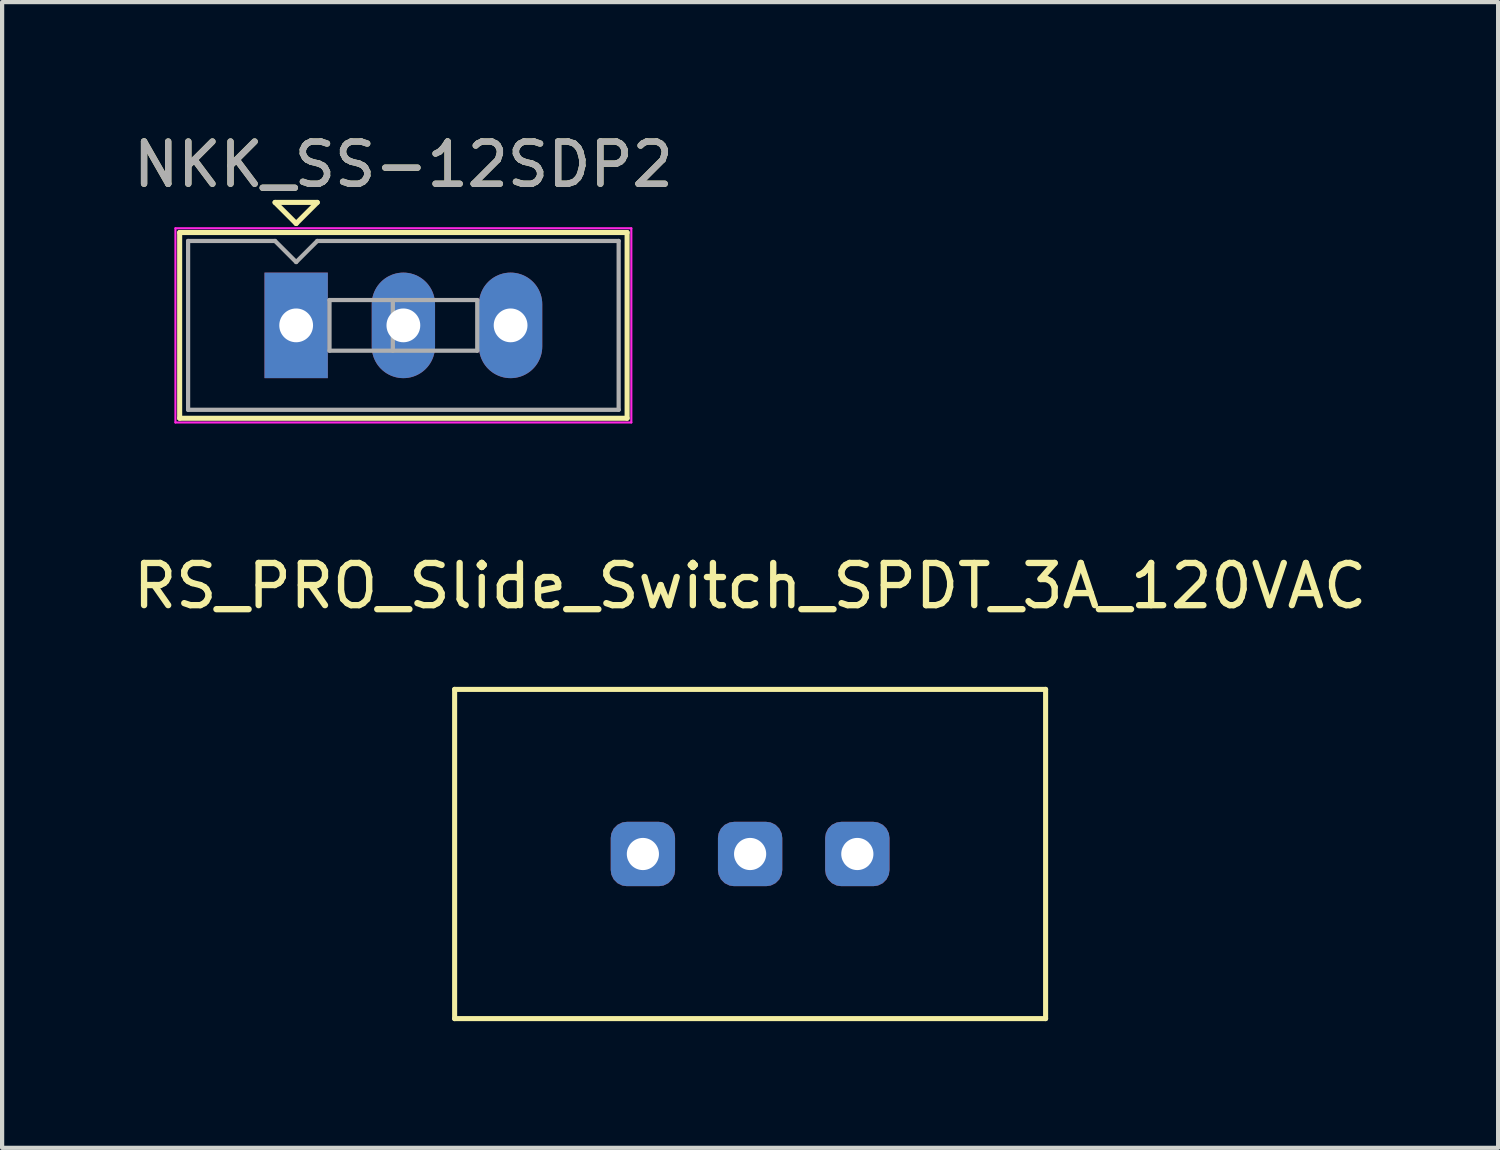
<source format=kicad_pcb>
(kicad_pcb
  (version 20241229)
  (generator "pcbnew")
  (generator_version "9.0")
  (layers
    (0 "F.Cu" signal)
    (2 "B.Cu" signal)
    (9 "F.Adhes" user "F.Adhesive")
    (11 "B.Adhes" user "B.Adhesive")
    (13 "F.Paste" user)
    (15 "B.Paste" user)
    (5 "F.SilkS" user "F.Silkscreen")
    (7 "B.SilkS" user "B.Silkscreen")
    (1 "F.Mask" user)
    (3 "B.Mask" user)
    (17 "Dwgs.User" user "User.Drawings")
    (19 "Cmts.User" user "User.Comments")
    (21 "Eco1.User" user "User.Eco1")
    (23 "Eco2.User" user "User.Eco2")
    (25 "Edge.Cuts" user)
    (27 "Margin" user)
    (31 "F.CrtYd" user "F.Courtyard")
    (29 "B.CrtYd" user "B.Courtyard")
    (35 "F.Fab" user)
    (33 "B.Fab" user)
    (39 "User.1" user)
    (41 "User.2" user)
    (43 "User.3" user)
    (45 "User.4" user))
  (footprint "RS_PRO_Slide_Switch_SPDT_3A_120VAC"
    (layer "F.Cu")
    (at 14.72 17.181)
    (property "Reference" "RS_PRO_Slide_Switch_SPDT_3A_120VAC" (at 0 -6.35 0) (unlocked yes) (layer "F.SilkS") (effects (font (size 1 1) (thickness 0.15))))
    (attr through_hole)
    (fp_line (start -7 3.9) (end -7 -3.9) (stroke (width 0.12) (type solid)) (layer "F.SilkS"))
    (fp_line (start 7 -3.9) (end -7 -3.9) (stroke (width 0.12) (type solid)) (layer "F.SilkS"))
    (fp_line (start 7 -3.9) (end 7 3.9) (stroke (width 0.12) (type solid)) (layer "F.SilkS"))
    (fp_line (start 7 3.9) (end -7 3.9) (stroke (width 0.12) (type solid)) (layer "F.SilkS"))
    (pad "1" thru_hole roundrect (at -2.54 0) (size 1.524 1.524) (drill 0.762) (layers "*.Cu" "*.Mask") (roundrect_rratio 0.25))
    (pad "2" thru_hole roundrect (at 0 0) (size 1.524 1.524) (drill 0.762) (layers "*.Cu" "*.Mask") (roundrect_rratio 0.25))
    (pad "3" thru_hole roundrect (at 2.54 0) (size 1.524 1.524) (drill 0.762) (layers "*.Cu" "*.Mask") (roundrect_rratio 0.25)))
  (footprint "NKK_SS-12SDP2"
    (layer "F.Cu")
    (at 6.506 4.658)
    (property "Reference" "NKK_SS-12SDP2" (at 0 -3.81 0) (unlocked yes) (layer "F.SilkS") (effects (font (size 1 1) (thickness 0.15))))
    (attr through_hole)
    (fp_line (start -5.3 -2.2) (end -5.3 2.2) (stroke (width 0.12) (type solid)) (layer "F.SilkS"))
    (fp_line (start -5.3 -2.2) (end 5.3 -2.2) (stroke (width 0.12) (type solid)) (layer "F.SilkS"))
    (fp_line (start -5.3 2.2) (end 5.3 2.2) (stroke (width 0.12) (type solid)) (layer "F.SilkS"))
    (fp_line (start -3.04 -2.913) (end -2.54 -2.413) (stroke (width 0.12) (type solid)) (layer "F.SilkS"))
    (fp_line (start -2.54 -2.413) (end -2.04 -2.913) (stroke (width 0.12) (type solid)) (layer "F.SilkS"))
    (fp_line (start -2.04 -2.913) (end -3.04 -2.913) (stroke (width 0.12) (type solid)) (layer "F.SilkS"))
    (fp_line (start 5.3 -2.2) (end 5.3 2.2) (stroke (width 0.12) (type solid)) (layer "F.SilkS"))
    (fp_line (start -5.4 -2.3) (end 5.4 -2.3) (stroke (width 0.05) (type solid)) (layer "F.CrtYd"))
    (fp_line (start -5.4 2.3) (end -5.4 -2.3) (stroke (width 0.05) (type solid)) (layer "F.CrtYd"))
    (fp_line (start 5.4 -2.3) (end 5.4 2.3) (stroke (width 0.05) (type solid)) (layer "F.CrtYd"))
    (fp_line (start 5.4 2.3) (end -5.4 2.3) (stroke (width 0.05) (type solid)) (layer "F.CrtYd"))
    (fp_line (start -5.1 -2) (end -3.04 -2) (stroke (width 0.1) (type solid)) (layer "F.Fab"))
    (fp_line (start -5.1 2) (end -5.1 -2) (stroke (width 0.1) (type solid)) (layer "F.Fab"))
    (fp_line (start -3.04 -2) (end -2.54 -1.5) (stroke (width 0.1) (type solid)) (layer "F.Fab"))
    (fp_line (start -2.54 -1.5) (end -2.04 -2) (stroke (width 0.1) (type solid)) (layer "F.Fab"))
    (fp_line (start -2.04 -2) (end 5.1 -2) (stroke (width 0.1) (type solid)) (layer "F.Fab"))
    (fp_line (start -1.75 -0.6) (end -1.75 0.6) (stroke (width 0.1) (type solid)) (layer "F.Fab"))
    (fp_line (start -1.75 -0.6) (end 1.75 -0.6) (stroke (width 0.1) (type solid)) (layer "F.Fab"))
    (fp_line (start -1.75 0.6) (end 1.75 0.6) (stroke (width 0.1) (type solid)) (layer "F.Fab"))
    (fp_line (start -0.25 -0.6) (end -0.25 0.6) (stroke (width 0.1) (type solid)) (layer "F.Fab"))
    (fp_line (start 1.75 -0.6) (end 1.75 0.6) (stroke (width 0.1) (type solid)) (layer "F.Fab"))
    (fp_line (start 5.1 -2) (end 5.1 2) (stroke (width 0.1) (type solid)) (layer "F.Fab"))
    (fp_line (start 5.1 2) (end -5.1 2) (stroke (width 0.1) (type solid)) (layer "F.Fab"))
    (fp_text user "${REFERENCE}" (at 0 -3.81 0) (unlocked yes) (layer "F.Fab") (effects (font (size 1 1) (thickness 0.15))))
    (pad "1" thru_hole rect (at -2.54 0) (size 1.5 2.5) (drill 0.8) (layers "*.Cu" "*.Mask"))
    (pad "2" thru_hole oval (at 0 0) (size 1.5 2.5) (drill 0.8) (layers "*.Cu" "*.Mask"))
    (pad "3" thru_hole oval (at 2.54 0) (size 1.5 2.5) (drill 0.8) (layers "*.Cu" "*.Mask")))
  (gr_rect
    (start -3 -3)
    (end 32.44 24.142)
    (stroke (width 0.1) (type default))
    (fill no)
    (layer "Edge.Cuts")))
</source>
